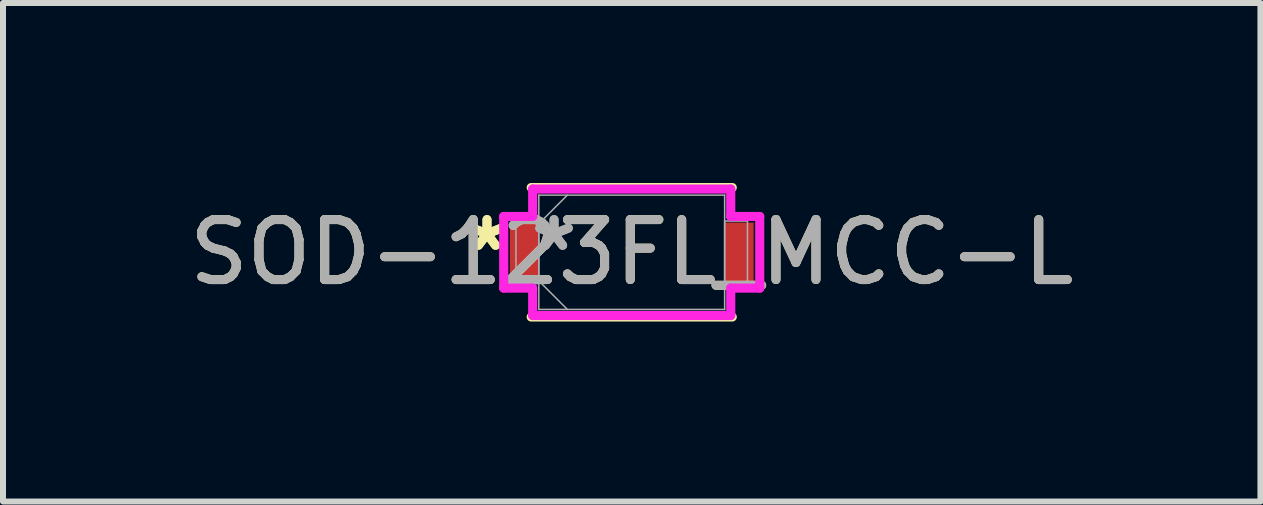
<source format=kicad_pcb>
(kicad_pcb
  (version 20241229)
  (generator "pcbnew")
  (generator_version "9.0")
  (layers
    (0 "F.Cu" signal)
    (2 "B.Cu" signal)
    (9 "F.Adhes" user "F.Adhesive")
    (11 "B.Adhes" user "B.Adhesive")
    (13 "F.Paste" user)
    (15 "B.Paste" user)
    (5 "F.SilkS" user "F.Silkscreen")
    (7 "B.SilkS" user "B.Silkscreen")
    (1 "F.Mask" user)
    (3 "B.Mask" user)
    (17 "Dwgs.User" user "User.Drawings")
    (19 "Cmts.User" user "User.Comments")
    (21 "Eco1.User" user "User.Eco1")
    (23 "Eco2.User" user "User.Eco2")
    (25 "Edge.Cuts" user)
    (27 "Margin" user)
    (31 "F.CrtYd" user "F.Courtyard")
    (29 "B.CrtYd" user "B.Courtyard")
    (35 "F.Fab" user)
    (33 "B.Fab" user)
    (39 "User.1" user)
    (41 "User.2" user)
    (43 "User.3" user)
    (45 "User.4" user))
  (footprint "SOD-123FL_MCC-L"
    (layer "F.Cu")
    (at 7.482 1.156)
    (property "Reference" "SOD-123FL_MCC-L" (at 0 0 0) (unlocked yes) (layer "F.SilkS") (effects (font (size 1 1) (thickness 0.15))))
    (attr smd)
    (fp_line (start -1.676 1.079) (end 1.676 1.079) (stroke (width 0.152) (type solid)) (layer "F.SilkS"))
    (fp_line (start 1.676 -1.079) (end -1.676 -1.079) (stroke (width 0.152) (type solid)) (layer "F.SilkS"))
    (fp_line (start -2.134 -0.597) (end -1.651 -0.597) (stroke (width 0.152) (type solid)) (layer "F.CrtYd"))
    (fp_line (start -2.134 0.597) (end -2.134 -0.597) (stroke (width 0.152) (type solid)) (layer "F.CrtYd"))
    (fp_line (start -1.651 -1.054) (end 1.651 -1.054) (stroke (width 0.152) (type solid)) (layer "F.CrtYd"))
    (fp_line (start -1.651 -0.597) (end -1.651 -1.054) (stroke (width 0.152) (type solid)) (layer "F.CrtYd"))
    (fp_line (start -1.651 0.597) (end -2.134 0.597) (stroke (width 0.152) (type solid)) (layer "F.CrtYd"))
    (fp_line (start -1.651 1.054) (end -1.651 0.597) (stroke (width 0.152) (type solid)) (layer "F.CrtYd"))
    (fp_line (start 1.651 -1.054) (end 1.651 -0.597) (stroke (width 0.152) (type solid)) (layer "F.CrtYd"))
    (fp_line (start 1.651 -0.597) (end 2.134 -0.597) (stroke (width 0.152) (type solid)) (layer "F.CrtYd"))
    (fp_line (start 1.651 0.597) (end 1.651 1.054) (stroke (width 0.152) (type solid)) (layer "F.CrtYd"))
    (fp_line (start 1.651 1.054) (end -1.651 1.054) (stroke (width 0.152) (type solid)) (layer "F.CrtYd"))
    (fp_line (start 2.134 -0.597) (end 2.134 0.597) (stroke (width 0.152) (type solid)) (layer "F.CrtYd"))
    (fp_line (start 2.134 0.597) (end 1.651 0.597) (stroke (width 0.152) (type solid)) (layer "F.CrtYd"))
    (fp_line (start -1.93 -0.521) (end -1.93 0.521) (stroke (width 0.025) (type solid)) (layer "F.Fab"))
    (fp_line (start -1.93 0.521) (end -1.549 0.521) (stroke (width 0.025) (type solid)) (layer "F.Fab"))
    (fp_line (start -1.549 -0.953) (end -1.549 0.953) (stroke (width 0.025) (type solid)) (layer "F.Fab"))
    (fp_line (start -1.549 -0.521) (end -1.93 -0.521) (stroke (width 0.025) (type solid)) (layer "F.Fab"))
    (fp_line (start -1.549 -0.476) (end -1.073 -0.953) (stroke (width 0.025) (type solid)) (layer "F.Fab"))
    (fp_line (start -1.549 0.476) (end -1.073 0.953) (stroke (width 0.025) (type solid)) (layer "F.Fab"))
    (fp_line (start -1.549 0.521) (end -1.549 -0.521) (stroke (width 0.025) (type solid)) (layer "F.Fab"))
    (fp_line (start -1.549 0.953) (end 1.549 0.953) (stroke (width 0.025) (type solid)) (layer "F.Fab"))
    (fp_line (start 1.549 -0.953) (end -1.549 -0.953) (stroke (width 0.025) (type solid)) (layer "F.Fab"))
    (fp_line (start 1.549 -0.521) (end 1.549 0.521) (stroke (width 0.025) (type solid)) (layer "F.Fab"))
    (fp_line (start 1.549 0.521) (end 1.93 0.521) (stroke (width 0.025) (type solid)) (layer "F.Fab"))
    (fp_line (start 1.549 0.953) (end 1.549 -0.953) (stroke (width 0.025) (type solid)) (layer "F.Fab"))
    (fp_line (start 1.93 -0.521) (end 1.549 -0.521) (stroke (width 0.025) (type solid)) (layer "F.Fab"))
    (fp_line (start 1.93 0.521) (end 1.93 -0.521) (stroke (width 0.025) (type solid)) (layer "F.Fab"))
    (fp_text user "*" (at -2.413 0 0) (unlocked yes) (layer "F.SilkS") (effects (font (size 1 1) (thickness 0.15))))
    (fp_text user "*" (at -2.413 0 0) (layer "F.SilkS") (effects (font (size 1 1) (thickness 0.15))))
    (fp_text user "*" (at -1.295 0 0) (unlocked yes) (layer "F.Fab") (effects (font (size 1 1) (thickness 0.15))))
    (fp_text user "*" (at -1.295 0 0) (layer "F.Fab") (effects (font (size 1 1) (thickness 0.15))))
    (fp_text user "${REFERENCE}" (at 0 0 0) (unlocked yes) (layer "F.Fab") (effects (font (size 1 1) (thickness 0.15))))
    (pad "1" smd rect (at -1.791 0) (size 0.483 0.991) (layers "F.Cu" "F.Mask" "F.Paste"))
    (pad "2" smd rect (at 1.791 0) (size 0.483 0.991) (layers "F.Cu" "F.Mask" "F.Paste"))
    (zone (net_name "") (layer "F.Cu") (hatch full 0.508) (connect_pads) (min_thickness 0.254) (filled_areas_thickness no) (keepout (tracks not_allowed) (vias not_allowed) (pads allowed) (copperpour not_allowed) (footprints allowed)) (placement (enabled no)) (fill) (polygon (pts (xy 5.984 0.254) (xy 8.981 0.254) (xy 8.981 2.057) (xy 5.984 2.057)))))
  (gr_rect
    (start -3 -3)
    (end 17.964 5.311)
    (stroke (width 0.1) (type default))
    (fill no)
    (layer "Edge.Cuts")))
</source>
